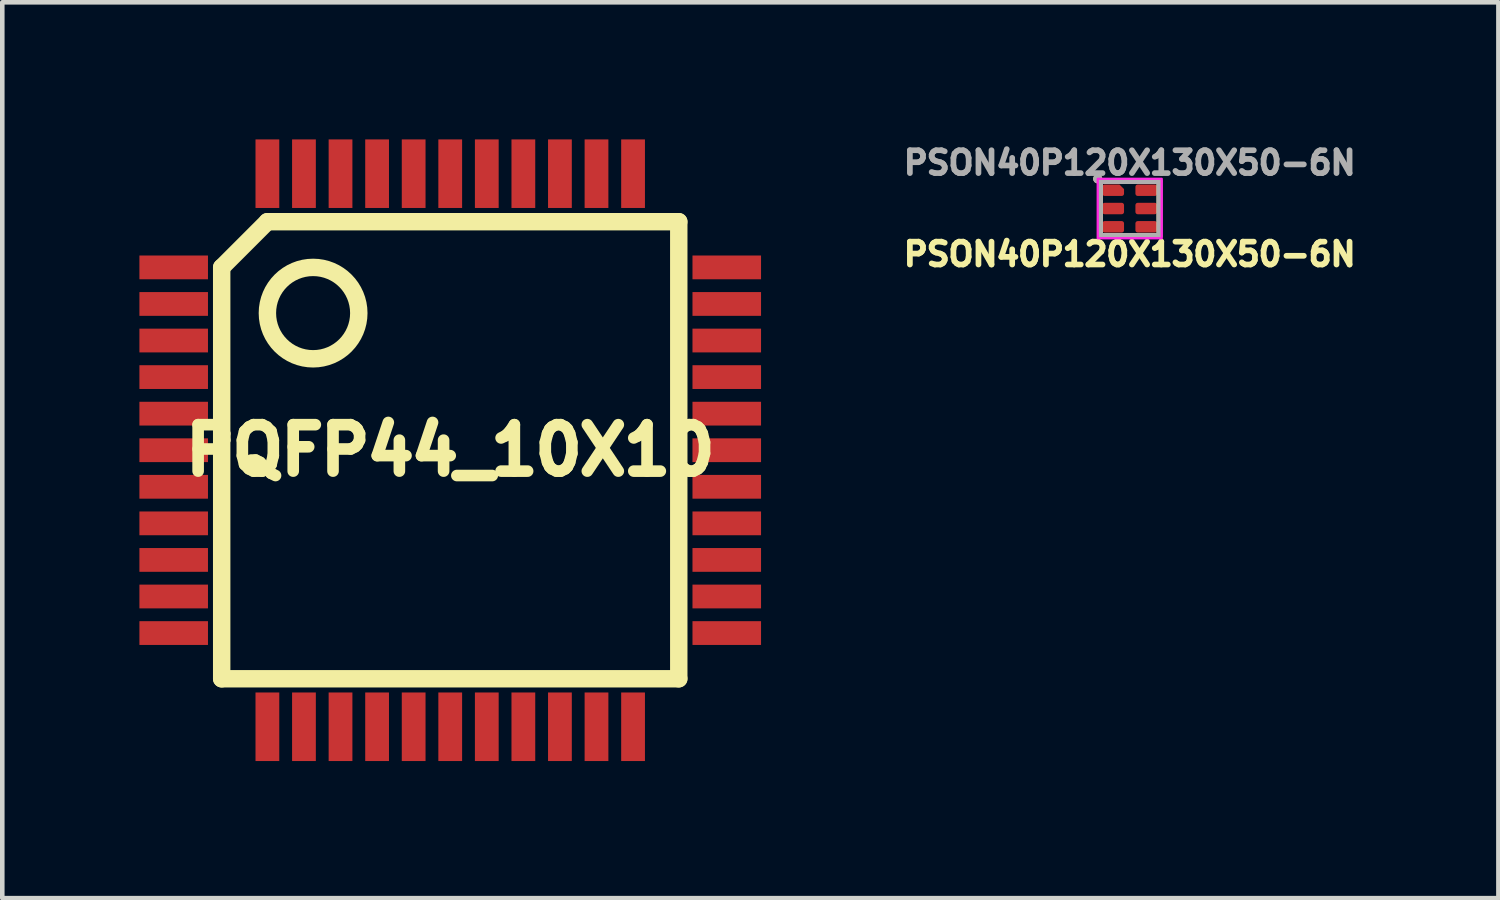
<source format=kicad_pcb>
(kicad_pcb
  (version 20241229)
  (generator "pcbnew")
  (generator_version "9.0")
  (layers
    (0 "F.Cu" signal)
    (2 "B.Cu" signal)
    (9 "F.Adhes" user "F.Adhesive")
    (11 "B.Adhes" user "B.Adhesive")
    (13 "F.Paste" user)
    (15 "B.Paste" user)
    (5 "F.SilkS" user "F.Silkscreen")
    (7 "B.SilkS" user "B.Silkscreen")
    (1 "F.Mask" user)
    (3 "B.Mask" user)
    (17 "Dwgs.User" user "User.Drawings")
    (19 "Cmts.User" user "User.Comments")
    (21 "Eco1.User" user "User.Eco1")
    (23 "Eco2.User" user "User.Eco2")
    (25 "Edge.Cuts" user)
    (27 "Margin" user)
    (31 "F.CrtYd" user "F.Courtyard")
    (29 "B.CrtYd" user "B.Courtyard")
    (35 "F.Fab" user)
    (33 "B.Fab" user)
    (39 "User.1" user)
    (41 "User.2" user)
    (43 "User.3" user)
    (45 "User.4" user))
  (footprint "PSON40P120X130X50-6N"
    (layer "F.Cu")
    (at 21.666 1.512)
    (property "Reference" "PSON40P120X130X50-6N" (at 0 1 0) (layer "F.SilkS") (effects (font (size 0.5 0.5) (thickness 0.125) (bold yes))))
    (attr smd)
    (fp_rect (start -0.65 -0.6) (end 0.65 0.6) (stroke (width 0.127) (type solid)) (fill no) (layer "F.SilkS"))
    (fp_circle (center -0.7 -0.65) (end -0.65 -0.65) (stroke (width 0.1) (type solid)) (fill no) (layer "F.SilkS"))
    (fp_rect (start -0.7 -0.65) (end 0.7 0.65) (stroke (width 0.05) (type default)) (fill no) (layer "F.CrtYd"))
    (fp_line (start -0.65 -0.6) (end -0.65 0.6) (stroke (width 0.127) (type solid)) (layer "F.Fab"))
    (fp_line (start -0.65 0.6) (end 0.65 0.6) (stroke (width 0.127) (type solid)) (layer "F.Fab"))
    (fp_line (start 0.65 -0.6) (end -0.65 -0.6) (stroke (width 0.127) (type solid)) (layer "F.Fab"))
    (fp_line (start 0.65 0.6) (end 0.65 -0.6) (stroke (width 0.127) (type solid)) (layer "F.Fab"))
    (fp_circle (center -0.7 -0.65) (end -0.65 -0.65) (stroke (width 0.1) (type solid)) (fill no) (layer "F.Fab"))
    (fp_text user "${REFERENCE}" (at 0 -1 0) (unlocked yes) (layer "F.Fab") (effects (font (size 0.5 0.5) (thickness 0.125) (bold yes))))
    (pad "1" smd roundrect (at -0.362 -0.4) (size 0.475 0.25) (layers "F.Cu" "F.Mask" "F.Paste") (roundrect_rratio 0.2) (chamfer_ratio 0.4) (chamfer top_right))
    (pad "2" smd roundrect (at -0.362 0) (size 0.475 0.25) (layers "F.Cu" "F.Mask" "F.Paste") (roundrect_rratio 0.2))
    (pad "3" smd roundrect (at -0.362 0.4) (size 0.475 0.25) (layers "F.Cu" "F.Mask" "F.Paste") (roundrect_rratio 0.2))
    (pad "4" smd roundrect (at 0.362 0.4) (size 0.475 0.25) (layers "F.Cu" "F.Mask" "F.Paste") (roundrect_rratio 0.2))
    (pad "5" smd roundrect (at 0.362 0) (size 0.475 0.25) (layers "F.Cu" "F.Mask" "F.Paste") (roundrect_rratio 0.2))
    (pad "6" smd roundrect (at 0.362 -0.4) (size 0.475 0.25) (layers "F.Cu" "F.Mask" "F.Paste") (roundrect_rratio 0.2)))
  (footprint "PQFP44_10X10"
    (layer "F.Cu")
    (at 6.8 6.8)
    (property "Reference" "PQFP44_10X10" (at 0 0 0) (layer "F.SilkS") (effects (font (size 1.016 1.016) (thickness 0.254))))
    (attr through_hole)
    (fp_line (start -5 -4) (end -5 5) (stroke (width 0.381) (type solid)) (layer "F.SilkS"))
    (fp_line (start -5 5) (end 5 5) (stroke (width 0.381) (type solid)) (layer "F.SilkS"))
    (fp_line (start -4 -5) (end -5 -4) (stroke (width 0.381) (type solid)) (layer "F.SilkS"))
    (fp_line (start 5 -5) (end -4 -5) (stroke (width 0.381) (type solid)) (layer "F.SilkS"))
    (fp_line (start 5 5) (end 5 -5) (stroke (width 0.381) (type solid)) (layer "F.SilkS"))
    (fp_circle (center -3 -3) (end -3 -4) (stroke (width 0.381) (type solid)) (fill no) (layer "F.SilkS"))
    (pad "1" smd rect (at -6.05 -4) (size 1.5 0.52) (layers "F.Cu" "F.Mask" "F.Paste"))
    (pad "2" smd rect (at -6.05 -3.2) (size 1.5 0.52) (layers "F.Cu" "F.Mask" "F.Paste"))
    (pad "3" smd rect (at -6.05 -2.4) (size 1.5 0.52) (layers "F.Cu" "F.Mask" "F.Paste"))
    (pad "4" smd rect (at -6.05 -1.6) (size 1.5 0.52) (layers "F.Cu" "F.Mask" "F.Paste"))
    (pad "5" smd rect (at -6.05 -0.8) (size 1.5 0.52) (layers "F.Cu" "F.Mask" "F.Paste"))
    (pad "6" smd rect (at -6.05 0) (size 1.5 0.52) (layers "F.Cu" "F.Mask" "F.Paste"))
    (pad "7" smd rect (at -6.05 0.8) (size 1.5 0.52) (layers "F.Cu" "F.Mask" "F.Paste"))
    (pad "8" smd rect (at -6.05 1.6) (size 1.5 0.52) (layers "F.Cu" "F.Mask" "F.Paste"))
    (pad "9" smd rect (at -6.05 2.4) (size 1.5 0.52) (layers "F.Cu" "F.Mask" "F.Paste"))
    (pad "10" smd rect (at -6.05 3.2) (size 1.5 0.52) (layers "F.Cu" "F.Mask" "F.Paste"))
    (pad "11" smd rect (at -6.05 4) (size 1.5 0.52) (layers "F.Cu" "F.Mask" "F.Paste"))
    (pad "12" smd rect (at -4 6.05) (size 0.52 1.5) (layers "F.Cu" "F.Mask" "F.Paste"))
    (pad "13" smd rect (at -3.2 6.05) (size 0.52 1.5) (layers "F.Cu" "F.Mask" "F.Paste"))
    (pad "14" smd rect (at -2.4 6.05) (size 0.52 1.5) (layers "F.Cu" "F.Mask" "F.Paste"))
    (pad "15" smd rect (at -1.6 6.05) (size 0.52 1.5) (layers "F.Cu" "F.Mask" "F.Paste"))
    (pad "16" smd rect (at -0.8 6.05) (size 0.52 1.5) (layers "F.Cu" "F.Mask" "F.Paste"))
    (pad "17" smd rect (at 0 6.05) (size 0.52 1.5) (layers "F.Cu" "F.Mask" "F.Paste"))
    (pad "18" smd rect (at 0.8 6.05) (size 0.52 1.5) (layers "F.Cu" "F.Mask" "F.Paste"))
    (pad "19" smd rect (at 1.6 6.05) (size 0.52 1.5) (layers "F.Cu" "F.Mask" "F.Paste"))
    (pad "20" smd rect (at 2.4 6.05) (size 0.52 1.5) (layers "F.Cu" "F.Mask" "F.Paste"))
    (pad "21" smd rect (at 3.2 6.05) (size 0.52 1.5) (layers "F.Cu" "F.Mask" "F.Paste"))
    (pad "22" smd rect (at 4 6.05) (size 0.52 1.5) (layers "F.Cu" "F.Mask" "F.Paste"))
    (pad "23" smd rect (at 6.05 4) (size 1.5 0.52) (layers "F.Cu" "F.Mask" "F.Paste"))
    (pad "24" smd rect (at 6.05 3.2) (size 1.5 0.52) (layers "F.Cu" "F.Mask" "F.Paste"))
    (pad "25" smd rect (at 6.05 2.4) (size 1.5 0.52) (layers "F.Cu" "F.Mask" "F.Paste"))
    (pad "26" smd rect (at 6.05 1.6) (size 1.5 0.52) (layers "F.Cu" "F.Mask" "F.Paste"))
    (pad "27" smd rect (at 6.05 0.8) (size 1.5 0.52) (layers "F.Cu" "F.Mask" "F.Paste"))
    (pad "28" smd rect (at 6.05 0) (size 1.5 0.52) (layers "F.Cu" "F.Mask" "F.Paste"))
    (pad "29" smd rect (at 6.05 -0.8) (size 1.5 0.52) (layers "F.Cu" "F.Mask" "F.Paste"))
    (pad "30" smd rect (at 6.05 -1.6) (size 1.5 0.52) (layers "F.Cu" "F.Mask" "F.Paste"))
    (pad "31" smd rect (at 6.05 -2.4) (size 1.5 0.52) (layers "F.Cu" "F.Mask" "F.Paste"))
    (pad "32" smd rect (at 6.05 -3.2) (size 1.5 0.52) (layers "F.Cu" "F.Mask" "F.Paste"))
    (pad "33" smd rect (at 6.05 -4) (size 1.5 0.52) (layers "F.Cu" "F.Mask" "F.Paste"))
    (pad "34" smd rect (at 4 -6.05) (size 0.52 1.5) (layers "F.Cu" "F.Mask" "F.Paste"))
    (pad "35" smd rect (at 3.2 -6.05) (size 0.52 1.5) (layers "F.Cu" "F.Mask" "F.Paste"))
    (pad "36" smd rect (at 2.4 -6.05) (size 0.52 1.5) (layers "F.Cu" "F.Mask" "F.Paste"))
    (pad "37" smd rect (at 1.6 -6.05) (size 0.52 1.5) (layers "F.Cu" "F.Mask" "F.Paste"))
    (pad "38" smd rect (at 0.8 -6.05) (size 0.52 1.5) (layers "F.Cu" "F.Mask" "F.Paste"))
    (pad "39" smd rect (at 0 -6.05) (size 0.52 1.5) (layers "F.Cu" "F.Mask" "F.Paste"))
    (pad "40" smd rect (at -0.8 -6.05) (size 0.52 1.5) (layers "F.Cu" "F.Mask" "F.Paste"))
    (pad "41" smd rect (at -1.6 -6.05) (size 0.52 1.5) (layers "F.Cu" "F.Mask" "F.Paste"))
    (pad "42" smd rect (at -2.4 -6.05) (size 0.52 1.5) (layers "F.Cu" "F.Mask" "F.Paste"))
    (pad "43" smd rect (at -3.2 -6.05) (size 0.52 1.5) (layers "F.Cu" "F.Mask" "F.Paste"))
    (pad "44" smd rect (at -4 -6.05) (size 0.52 1.5) (layers "F.Cu" "F.Mask" "F.Paste")))
  (gr_rect
    (start -3 -3)
    (end 29.732 16.6)
    (stroke (width 0.1) (type default))
    (fill no)
    (layer "Edge.Cuts")))
</source>
